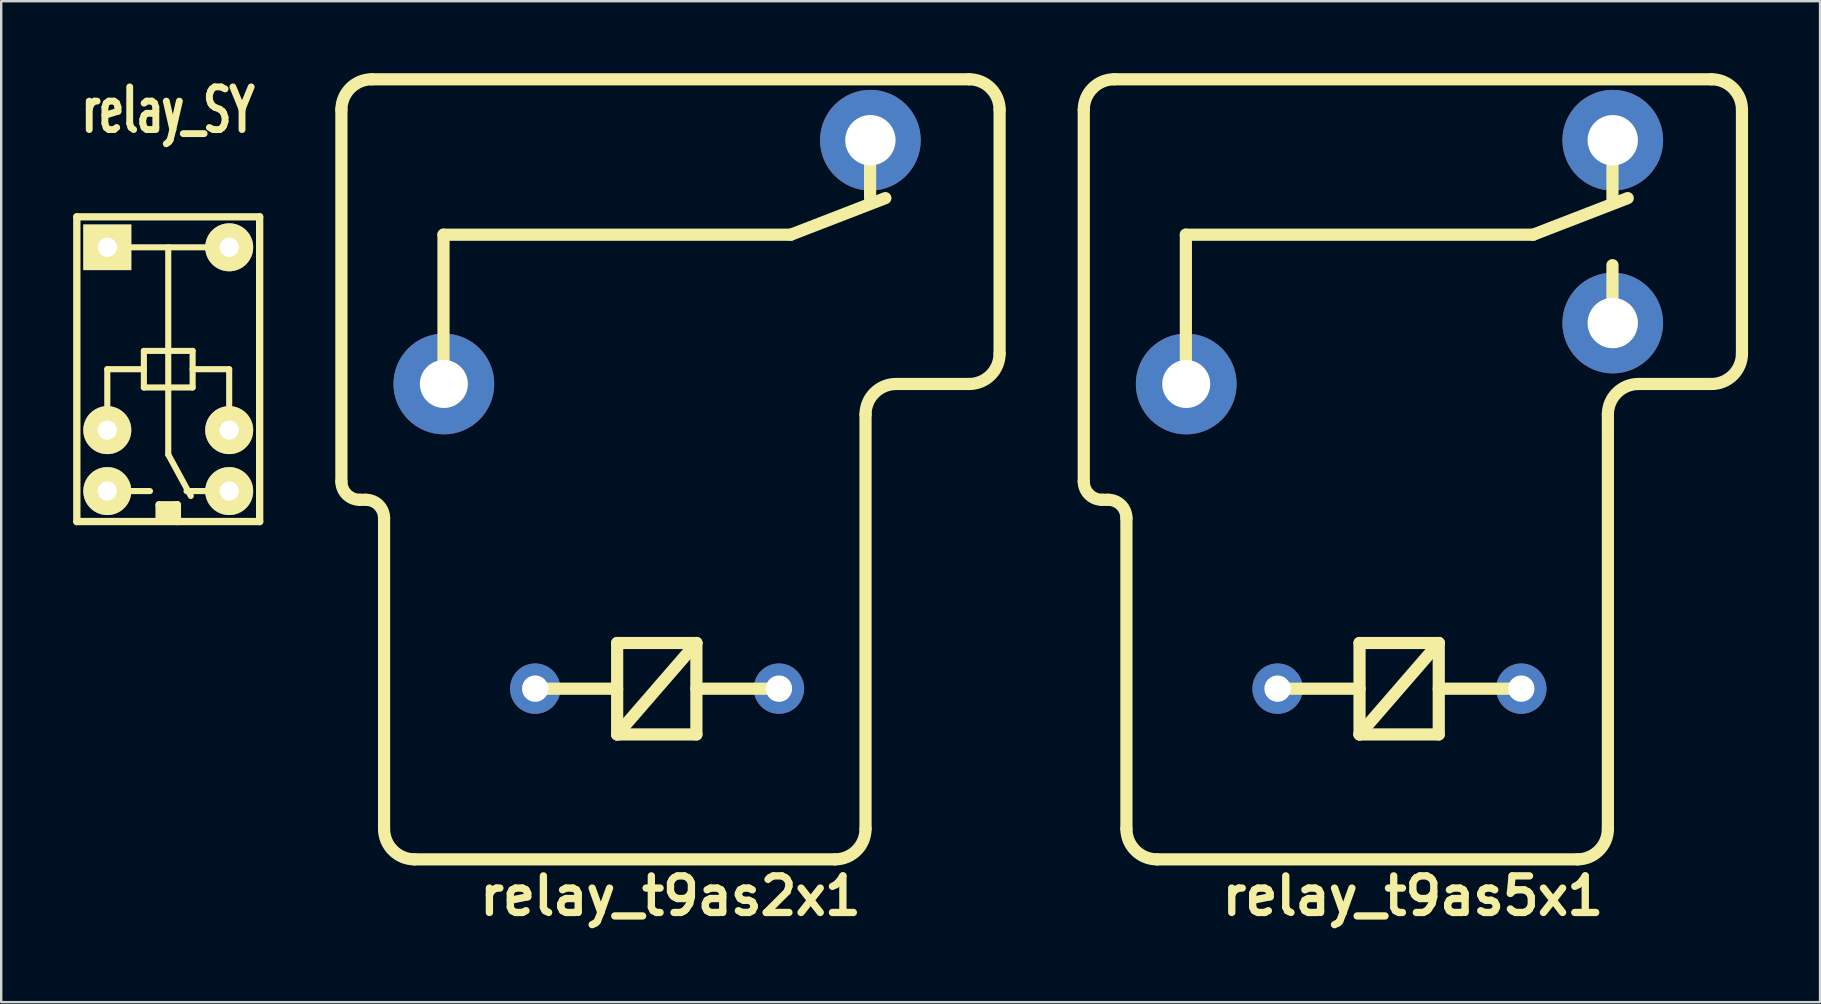
<source format=kicad_pcb>
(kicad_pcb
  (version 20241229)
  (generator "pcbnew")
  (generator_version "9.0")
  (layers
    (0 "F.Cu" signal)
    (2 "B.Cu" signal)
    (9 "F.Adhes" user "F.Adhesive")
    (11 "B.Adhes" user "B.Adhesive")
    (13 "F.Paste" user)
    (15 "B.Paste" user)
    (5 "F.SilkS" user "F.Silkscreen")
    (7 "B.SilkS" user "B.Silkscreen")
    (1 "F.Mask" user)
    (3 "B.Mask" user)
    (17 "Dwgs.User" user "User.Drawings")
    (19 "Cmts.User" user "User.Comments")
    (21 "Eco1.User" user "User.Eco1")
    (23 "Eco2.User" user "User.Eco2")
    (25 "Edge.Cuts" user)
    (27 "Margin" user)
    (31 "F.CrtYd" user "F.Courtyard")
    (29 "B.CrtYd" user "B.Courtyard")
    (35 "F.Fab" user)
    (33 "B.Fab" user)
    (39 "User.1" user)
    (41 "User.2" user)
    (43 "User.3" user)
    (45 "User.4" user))
  (footprint "relay_SY"
    (layer "F.Cu")
    (at 3.962 12.337)
    (property "Reference" "relay_SY" (at 0 -10.795 0) (layer "F.SilkS") (effects (font (size 1.778 1.143) (thickness 0.287))))
    (attr through_hole)
    (fp_line (start -3.81 -6.35) (end -3.81 6.35) (stroke (width 0.305) (type solid)) (layer "F.SilkS"))
    (fp_line (start -3.81 6.35) (end 3.81 6.35) (stroke (width 0.305) (type solid)) (layer "F.SilkS"))
    (fp_line (start -2.54 0) (end -1.016 0) (stroke (width 0.254) (type solid)) (layer "F.SilkS"))
    (fp_line (start -2.54 1.524) (end -2.54 0) (stroke (width 0.254) (type solid)) (layer "F.SilkS"))
    (fp_line (start -1.524 -5.08) (end 1.524 -5.08) (stroke (width 0.254) (type solid)) (layer "F.SilkS"))
    (fp_line (start -1.524 5.08) (end -0.762 5.08) (stroke (width 0.254) (type solid)) (layer "F.SilkS"))
    (fp_line (start -1.016 -0.762) (end -1.016 0.762) (stroke (width 0.254) (type solid)) (layer "F.SilkS"))
    (fp_line (start -1.016 0.762) (end 1.016 0.762) (stroke (width 0.254) (type solid)) (layer "F.SilkS"))
    (fp_line (start -0.381 5.652) (end 0.318 5.652) (stroke (width 0.305) (type solid)) (layer "F.SilkS"))
    (fp_line (start -0.381 6.287) (end -0.381 5.652) (stroke (width 0.305) (type solid)) (layer "F.SilkS"))
    (fp_line (start -0.318 6.096) (end 0.254 6.096) (stroke (width 0.305) (type solid)) (layer "F.SilkS"))
    (fp_line (start 0 -5.08) (end 0 3.556) (stroke (width 0.254) (type solid)) (layer "F.SilkS"))
    (fp_line (start 0 3.556) (end 0.94 5.283) (stroke (width 0.254) (type solid)) (layer "F.SilkS"))
    (fp_line (start 0.318 5.652) (end 0.381 5.652) (stroke (width 0.305) (type solid)) (layer "F.SilkS"))
    (fp_line (start 0.318 5.905) (end -0.318 5.905) (stroke (width 0.305) (type solid)) (layer "F.SilkS"))
    (fp_line (start 0.381 5.652) (end 0.381 6.35) (stroke (width 0.305) (type solid)) (layer "F.SilkS"))
    (fp_line (start 1.016 -0.762) (end -1.016 -0.762) (stroke (width 0.254) (type solid)) (layer "F.SilkS"))
    (fp_line (start 1.016 0) (end 2.54 0) (stroke (width 0.254) (type solid)) (layer "F.SilkS"))
    (fp_line (start 1.016 0.762) (end 1.016 -0.762) (stroke (width 0.254) (type solid)) (layer "F.SilkS"))
    (fp_line (start 1.524 5.08) (end 0.762 5.08) (stroke (width 0.254) (type solid)) (layer "F.SilkS"))
    (fp_line (start 2.54 0) (end 2.54 1.524) (stroke (width 0.254) (type solid)) (layer "F.SilkS"))
    (fp_line (start 3.81 -6.35) (end -3.81 -6.35) (stroke (width 0.305) (type solid)) (layer "F.SilkS"))
    (fp_line (start 3.81 6.35) (end 3.81 -6.35) (stroke (width 0.305) (type solid)) (layer "F.SilkS"))
    (pad "1" thru_hole rect (at -2.54 -5.08) (size 1.999 1.9) (drill 0.8) (layers "*.Cu" "*.Mask" "F.SilkS"))
    (pad "4" thru_hole circle (at -2.54 2.54) (size 1.999 1.999) (drill 0.8) (layers "*.Cu" "*.Mask" "F.SilkS"))
    (pad "5" thru_hole circle (at -2.54 5.08) (size 1.999 1.999) (drill 0.8) (layers "*.Cu" "*.Mask" "F.SilkS"))
    (pad "6" thru_hole circle (at 2.54 5.08) (size 1.999 1.999) (drill 0.8) (layers "*.Cu" "*.Mask" "F.SilkS"))
    (pad "7" thru_hole circle (at 2.54 2.54) (size 1.999 1.999) (drill 0.8) (layers "*.Cu" "*.Mask" "F.SilkS"))
    (pad "10" thru_hole circle (at 2.54 -5.08) (size 1.999 1.999) (drill 0.8) (layers "*.Cu" "*.Mask" "F.SilkS")))
  (footprint "relay_t9as5x1"
    (layer "F.Cu")
    (at 55.835 16.51)
    (property "Reference" "relay_t9as5x1" (at 0 17.78 0) (layer "F.SilkS") (effects (font (size 1.524 1.524) (thickness 0.305))))
    (attr through_hole)
    (fp_line (start -13.716 -14.986) (end -13.716 0.508) (stroke (width 0.508) (type solid)) (layer "F.SilkS"))
    (fp_line (start -12.954 1.27) (end -12.7 1.27) (stroke (width 0.508) (type solid)) (layer "F.SilkS"))
    (fp_line (start -11.938 2.032) (end -11.938 14.986) (stroke (width 0.508) (type solid)) (layer "F.SilkS"))
    (fp_line (start -10.668 16.256) (end 6.858 16.256) (stroke (width 0.508) (type solid)) (layer "F.SilkS"))
    (fp_line (start -9.461 -9.779) (end -9.461 -3.556) (stroke (width 0.508) (type solid)) (layer "F.SilkS"))
    (fp_line (start -9.461 -3.556) (end -9.461 -3.619) (stroke (width 0.508) (type solid)) (layer "F.SilkS"))
    (fp_line (start -2.223 7.239) (end 1.079 7.239) (stroke (width 0.508) (type solid)) (layer "F.SilkS"))
    (fp_line (start -2.223 9.144) (end -5.715 9.144) (stroke (width 0.508) (type solid)) (layer "F.SilkS"))
    (fp_line (start -2.223 11.049) (end -2.223 7.239) (stroke (width 0.508) (type solid)) (layer "F.SilkS"))
    (fp_line (start -2.223 11.049) (end 1.079 7.239) (stroke (width 0.508) (type solid)) (layer "F.SilkS"))
    (fp_line (start 1.079 7.239) (end 1.079 11.049) (stroke (width 0.508) (type solid)) (layer "F.SilkS"))
    (fp_line (start 1.079 11.049) (end -2.223 11.049) (stroke (width 0.508) (type solid)) (layer "F.SilkS"))
    (fp_line (start 4.572 9.144) (end 1.079 9.144) (stroke (width 0.508) (type solid)) (layer "F.SilkS"))
    (fp_line (start 5.016 -9.779) (end -9.461 -9.779) (stroke (width 0.508) (type solid)) (layer "F.SilkS"))
    (fp_line (start 5.016 -9.779) (end 8.954 -11.303) (stroke (width 0.508) (type solid)) (layer "F.SilkS"))
    (fp_line (start 8.128 14.986) (end 8.128 -2.286) (stroke (width 0.508) (type solid)) (layer "F.SilkS"))
    (fp_line (start 8.319 -13.716) (end 8.319 -11.303) (stroke (width 0.508) (type solid)) (layer "F.SilkS"))
    (fp_line (start 8.319 -6.096) (end 8.319 -8.509) (stroke (width 0.508) (type solid)) (layer "F.SilkS"))
    (fp_line (start 9.398 -3.556) (end 12.446 -3.556) (stroke (width 0.508) (type solid)) (layer "F.SilkS"))
    (fp_line (start 12.446 -16.256) (end -12.446 -16.256) (stroke (width 0.508) (type solid)) (layer "F.SilkS"))
    (fp_line (start 13.716 -4.826) (end 13.716 -14.986) (stroke (width 0.508) (type solid)) (layer "F.SilkS"))
    (fp_arc (start -13.716 -14.986) (mid -13.344026 -15.884026) (end -12.446 -16.256) (stroke (width 0.508) (type solid)) (layer "F.SilkS"))
    (fp_arc (start -12.954 1.27) (mid -13.492815 1.046815) (end -13.716 0.508) (stroke (width 0.508) (type solid)) (layer "F.SilkS"))
    (fp_arc (start -12.7 1.27) (mid -12.161185 1.493185) (end -11.938 2.032) (stroke (width 0.508) (type solid)) (layer "F.SilkS"))
    (fp_arc (start -10.668 16.256) (mid -11.566026 15.884026) (end -11.938 14.986) (stroke (width 0.508) (type solid)) (layer "F.SilkS"))
    (fp_arc (start 8.128 -2.286) (mid 8.499974 -3.184026) (end 9.398 -3.556) (stroke (width 0.508) (type solid)) (layer "F.SilkS"))
    (fp_arc (start 8.128 14.986) (mid 7.756026 15.884026) (end 6.858 16.256) (stroke (width 0.508) (type solid)) (layer "F.SilkS"))
    (fp_arc (start 12.446 -16.256) (mid 13.344026 -15.884026) (end 13.716 -14.986) (stroke (width 0.508) (type solid)) (layer "F.SilkS"))
    (fp_arc (start 13.716 -4.826) (mid 13.344026 -3.927974) (end 12.446 -3.556) (stroke (width 0.508) (type solid)) (layer "F.SilkS"))
    (pad "1" thru_hole circle (at -5.639 9.141) (size 2.098 2.098) (drill 1.1) (layers "*.Cu" "*.Mask"))
    (pad "2" thru_hole circle (at 4.519 9.141) (size 2.098 2.098) (drill 1.1) (layers "*.Cu" "*.Mask"))
    (pad "3" thru_hole circle (at -9.446 -3.556) (size 4.199 4.199) (drill 1.999) (layers "*.Cu" "*.Mask"))
    (pad "4" thru_hole circle (at 8.331 -6.096) (size 4.196 4.196) (drill 2.098) (layers "*.Cu" "*.Mask"))
    (pad "5" thru_hole circle (at 8.331 -13.716) (size 4.196 4.196) (drill 2.098) (layers "*.Cu" "*.Mask")))
  (footprint "relay_t9as2x1"
    (layer "F.Cu")
    (at 24.895 16.51)
    (property "Reference" "relay_t9as2x1" (at 0 17.78 0) (layer "F.SilkS") (effects (font (size 1.524 1.524) (thickness 0.305))))
    (attr through_hole)
    (fp_line (start -13.716 -14.986) (end -13.716 0.508) (stroke (width 0.508) (type solid)) (layer "F.SilkS"))
    (fp_line (start -12.954 1.27) (end -12.7 1.27) (stroke (width 0.508) (type solid)) (layer "F.SilkS"))
    (fp_line (start -11.938 2.032) (end -11.938 14.986) (stroke (width 0.508) (type solid)) (layer "F.SilkS"))
    (fp_line (start -10.668 16.256) (end 6.858 16.256) (stroke (width 0.508) (type solid)) (layer "F.SilkS"))
    (fp_line (start -9.461 -9.779) (end -9.461 -3.556) (stroke (width 0.508) (type solid)) (layer "F.SilkS"))
    (fp_line (start -9.461 -3.556) (end -9.461 -3.619) (stroke (width 0.508) (type solid)) (layer "F.SilkS"))
    (fp_line (start -2.223 7.239) (end 1.079 7.239) (stroke (width 0.508) (type solid)) (layer "F.SilkS"))
    (fp_line (start -2.223 9.144) (end -5.715 9.144) (stroke (width 0.508) (type solid)) (layer "F.SilkS"))
    (fp_line (start -2.223 11.049) (end -2.223 7.239) (stroke (width 0.508) (type solid)) (layer "F.SilkS"))
    (fp_line (start -2.223 11.049) (end 1.079 7.239) (stroke (width 0.508) (type solid)) (layer "F.SilkS"))
    (fp_line (start 1.079 7.239) (end 1.079 11.049) (stroke (width 0.508) (type solid)) (layer "F.SilkS"))
    (fp_line (start 1.079 11.049) (end -2.223 11.049) (stroke (width 0.508) (type solid)) (layer "F.SilkS"))
    (fp_line (start 4.572 9.144) (end 1.079 9.144) (stroke (width 0.508) (type solid)) (layer "F.SilkS"))
    (fp_line (start 5.016 -9.779) (end -9.461 -9.779) (stroke (width 0.508) (type solid)) (layer "F.SilkS"))
    (fp_line (start 5.016 -9.779) (end 8.954 -11.303) (stroke (width 0.508) (type solid)) (layer "F.SilkS"))
    (fp_line (start 8.128 14.986) (end 8.128 -2.286) (stroke (width 0.508) (type solid)) (layer "F.SilkS"))
    (fp_line (start 8.319 -13.716) (end 8.319 -11.303) (stroke (width 0.508) (type solid)) (layer "F.SilkS"))
    (fp_line (start 9.398 -3.556) (end 12.446 -3.556) (stroke (width 0.508) (type solid)) (layer "F.SilkS"))
    (fp_line (start 12.446 -16.256) (end -12.446 -16.256) (stroke (width 0.508) (type solid)) (layer "F.SilkS"))
    (fp_line (start 13.716 -4.826) (end 13.716 -14.986) (stroke (width 0.508) (type solid)) (layer "F.SilkS"))
    (fp_arc (start -13.716 -14.986) (mid -13.344026 -15.884026) (end -12.446 -16.256) (stroke (width 0.508) (type solid)) (layer "F.SilkS"))
    (fp_arc (start -12.954 1.27) (mid -13.492815 1.046815) (end -13.716 0.508) (stroke (width 0.508) (type solid)) (layer "F.SilkS"))
    (fp_arc (start -12.7 1.27) (mid -12.161185 1.493185) (end -11.938 2.032) (stroke (width 0.508) (type solid)) (layer "F.SilkS"))
    (fp_arc (start -10.668 16.256) (mid -11.566026 15.884026) (end -11.938 14.986) (stroke (width 0.508) (type solid)) (layer "F.SilkS"))
    (fp_arc (start 8.128 -2.286) (mid 8.499974 -3.184026) (end 9.398 -3.556) (stroke (width 0.508) (type solid)) (layer "F.SilkS"))
    (fp_arc (start 8.128 14.986) (mid 7.756026 15.884026) (end 6.858 16.256) (stroke (width 0.508) (type solid)) (layer "F.SilkS"))
    (fp_arc (start 12.446 -16.256) (mid 13.344026 -15.884026) (end 13.716 -14.986) (stroke (width 0.508) (type solid)) (layer "F.SilkS"))
    (fp_arc (start 13.716 -4.826) (mid 13.344026 -3.927974) (end 12.446 -3.556) (stroke (width 0.508) (type solid)) (layer "F.SilkS"))
    (pad "1" thru_hole circle (at -5.639 9.141) (size 2.098 2.098) (drill 1.1) (layers "*.Cu" "*.Mask"))
    (pad "2" thru_hole circle (at 4.519 9.141) (size 2.098 2.098) (drill 1.1) (layers "*.Cu" "*.Mask"))
    (pad "3" thru_hole circle (at -9.446 -3.556) (size 4.199 4.199) (drill 1.999) (layers "*.Cu" "*.Mask"))
    (pad "5" thru_hole circle (at 8.331 -13.716) (size 4.196 4.196) (drill 2.098) (layers "*.Cu" "*.Mask")))
  (gr_rect
    (start -3 -3)
    (end 72.805 38.716)
    (stroke (width 0.1) (type default))
    (fill no)
    (layer "Edge.Cuts")))
</source>
